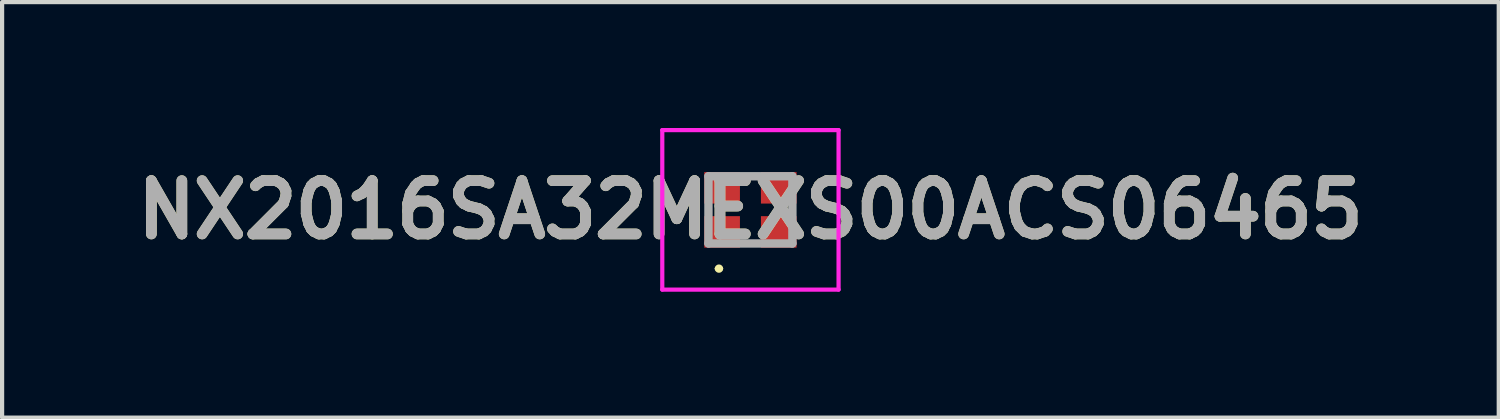
<source format=kicad_pcb>
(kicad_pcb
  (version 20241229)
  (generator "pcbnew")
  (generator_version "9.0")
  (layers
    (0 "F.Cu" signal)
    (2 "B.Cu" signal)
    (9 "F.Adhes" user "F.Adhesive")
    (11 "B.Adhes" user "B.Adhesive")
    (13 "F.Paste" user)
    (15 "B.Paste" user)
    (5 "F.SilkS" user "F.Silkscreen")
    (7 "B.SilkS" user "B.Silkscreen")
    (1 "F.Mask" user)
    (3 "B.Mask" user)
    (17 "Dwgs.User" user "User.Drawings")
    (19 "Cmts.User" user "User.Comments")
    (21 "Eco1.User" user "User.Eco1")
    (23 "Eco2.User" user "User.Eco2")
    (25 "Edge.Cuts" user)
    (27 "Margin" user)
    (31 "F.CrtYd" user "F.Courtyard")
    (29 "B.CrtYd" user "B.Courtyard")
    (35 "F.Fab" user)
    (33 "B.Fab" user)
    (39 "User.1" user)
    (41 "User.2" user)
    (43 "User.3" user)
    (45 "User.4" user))
  (footprint "NX2016SA32MEXS00ACS06465"
    (layer "F.Cu")
    (at 14.829 1.95)
    (property "Reference" "NX2016SA32MEXS00ACS06465" (at 0 0 0) (layer "F.SilkS") (effects (font (size 1.27 1.27) (thickness 0.254))))
    (attr smd)
    (fp_line (start -0.8 1.4) (end -0.8 1.4) (stroke (width 0.1) (type solid)) (layer "F.SilkS"))
    (fp_line (start -0.7 1.4) (end -0.7 1.4) (stroke (width 0.1) (type solid)) (layer "F.SilkS"))
    (fp_arc (start -0.8 1.4) (mid -0.75 1.35) (end -0.7 1.4) (stroke (width 0.1) (type solid)) (layer "F.SilkS"))
    (fp_arc (start -0.7 1.4) (mid -0.75 1.45) (end -0.8 1.4) (stroke (width 0.1) (type solid)) (layer "F.SilkS"))
    (fp_line (start -2.1 -1.9) (end 2.1 -1.9) (stroke (width 0.1) (type solid)) (layer "F.CrtYd"))
    (fp_line (start -2.1 1.9) (end -2.1 -1.9) (stroke (width 0.1) (type solid)) (layer "F.CrtYd"))
    (fp_line (start 2.1 -1.9) (end 2.1 1.9) (stroke (width 0.1) (type solid)) (layer "F.CrtYd"))
    (fp_line (start 2.1 1.9) (end -2.1 1.9) (stroke (width 0.1) (type solid)) (layer "F.CrtYd"))
    (fp_line (start -1 -0.8) (end 1 -0.8) (stroke (width 0.2) (type solid)) (layer "F.Fab"))
    (fp_line (start -1 0.8) (end -1 -0.8) (stroke (width 0.2) (type solid)) (layer "F.Fab"))
    (fp_line (start 1 -0.8) (end 1 0.8) (stroke (width 0.2) (type solid)) (layer "F.Fab"))
    (fp_line (start 1 0.8) (end -1 0.8) (stroke (width 0.2) (type solid)) (layer "F.Fab"))
    (fp_text user "${REFERENCE}" (at 0 0 0) (layer "F.Fab") (effects (font (size 1.27 1.27) (thickness 0.254))))
    (pad "1" smd rect (at -0.675 0.525 90) (size 0.75 0.85) (layers "F.Cu" "F.Mask" "F.Paste"))
    (pad "2" smd rect (at 0.675 0.525 90) (size 0.75 0.85) (layers "F.Cu" "F.Mask" "F.Paste"))
    (pad "3" smd rect (at 0.675 -0.525 90) (size 0.75 0.85) (layers "F.Cu" "F.Mask" "F.Paste"))
    (pad "4" smd rect (at -0.675 -0.525 90) (size 0.75 0.85) (layers "F.Cu" "F.Mask" "F.Paste")))
  (gr_rect
    (start -3 -3)
    (end 32.658 6.9)
    (stroke (width 0.1) (type default))
    (fill no)
    (layer "Edge.Cuts")))
</source>
